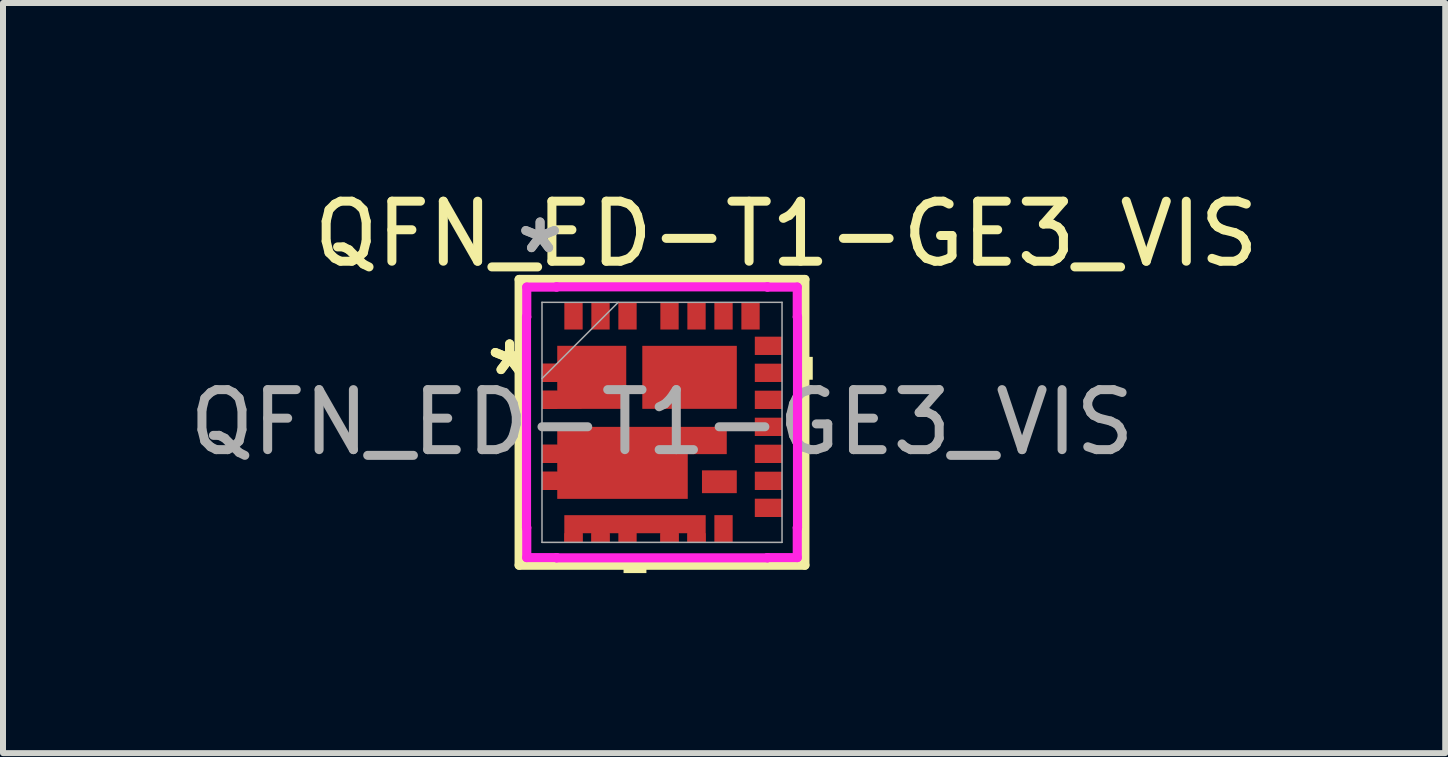
<source format=kicad_pcb>
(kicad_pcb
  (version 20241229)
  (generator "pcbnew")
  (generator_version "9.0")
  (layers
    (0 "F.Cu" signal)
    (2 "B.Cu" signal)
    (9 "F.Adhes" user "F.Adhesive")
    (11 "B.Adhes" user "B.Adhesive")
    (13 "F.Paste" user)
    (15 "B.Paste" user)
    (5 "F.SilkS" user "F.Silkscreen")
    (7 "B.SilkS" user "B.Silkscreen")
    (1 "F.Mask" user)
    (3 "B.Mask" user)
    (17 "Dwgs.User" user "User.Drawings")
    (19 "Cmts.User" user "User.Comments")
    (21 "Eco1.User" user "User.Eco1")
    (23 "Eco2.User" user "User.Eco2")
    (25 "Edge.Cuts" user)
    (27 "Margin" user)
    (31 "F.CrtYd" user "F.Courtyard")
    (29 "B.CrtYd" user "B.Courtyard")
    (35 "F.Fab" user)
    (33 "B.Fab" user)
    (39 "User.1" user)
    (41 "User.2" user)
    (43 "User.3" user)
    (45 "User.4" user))
  (footprint "QFN_ED-T1-GE3_VIS"
    (layer "F.Cu")
    (at 7.982 3.988)
    (property "Reference" "QFN_ED-T1-GE3_VIS" (at 2.07 -3.14 0) (unlocked yes) (layer "F.SilkS") (effects (font (size 1 1) (thickness 0.15))))
    (attr smd)
    (fp_poly (pts (xy -1.628 1.546) (xy 0.728 1.546) (xy 0.728 2) (xy 0.423 2) (xy 0.423 1.848) (xy 0.277 1.848) (xy 0.277 2) (xy -0.027 2) (xy -0.027 1.848) (xy -0.423 1.848) (xy -0.423 2) (xy -0.727 2) (xy -0.727 1.848) (xy -0.873 1.848) (xy -0.873 2) (xy -1.178 2) (xy -1.178 1.848) (xy -1.323 1.848) (xy -1.323 2) (xy -1.628 2)) (stroke (width 0) (type solid)) (fill yes) (layer "F.Mask"))
    (fp_line (start -2.381 -2.381) (end -2.381 2.381) (stroke (width 0.152) (type solid)) (layer "F.SilkS"))
    (fp_line (start -2.381 2.381) (end 2.381 2.381) (stroke (width 0.152) (type solid)) (layer "F.SilkS"))
    (fp_line (start 2.381 -2.381) (end -2.381 -2.381) (stroke (width 0.152) (type solid)) (layer "F.SilkS"))
    (fp_line (start 2.381 2.381) (end 2.381 -2.381) (stroke (width 0.152) (type solid)) (layer "F.SilkS"))
    (fp_poly (pts (xy -0.641 2.258) (xy -0.641 2.512) (xy -0.26 2.512) (xy -0.26 2.258)) (stroke (width 0) (type solid)) (fill yes) (layer "F.SilkS"))
    (fp_poly (pts (xy 2.512 -1.091) (xy 2.512 -0.71) (xy 2.258 -0.71) (xy 2.258 -1.091)) (stroke (width 0) (type solid)) (fill yes) (layer "F.SilkS"))
    (fp_poly (pts (xy -1.746 0.075) (xy 1.079 0.076) (xy 1.079 0.53) (xy 0.429 0.53) (xy 0.429 1.275) (xy -1.746 1.275) (xy -1.746 1.127) (xy -2 1.127) (xy -2 0.823) (xy -1.746 0.823) (xy -1.746 0.677) (xy -2 0.677) (xy -2 0.373) (xy -1.746 0.373)) (stroke (width 0) (type solid)) (fill yes) (layer "F.Paste"))
    (fp_poly (pts (xy -0.727 2) (xy -0.727 1.848) (xy -0.873 1.848) (xy -0.873 2) (xy -1.178 2) (xy -1.178 1.848) (xy -1.323 1.848) (xy -1.323 2) (xy -1.628 2) (xy -1.628 1.546) (xy 0.728 1.546) (xy 0.728 2) (xy 0.423 2) (xy 0.423 1.848) (xy 0.277 1.848) (xy 0.277 2) (xy -0.027 2) (xy -0.027 1.848) (xy -0.423 1.848) (xy -0.423 2)) (stroke (width 0) (type solid)) (fill yes) (layer "F.Paste"))
    (fp_line (start -2.258 -1.756) (end -2.254 -1.756) (stroke (width 0.152) (type solid)) (layer "F.CrtYd"))
    (fp_line (start -2.258 1.756) (end -2.258 -1.756) (stroke (width 0.152) (type solid)) (layer "F.CrtYd"))
    (fp_line (start -2.254 -2.254) (end -1.757 -2.254) (stroke (width 0.152) (type solid)) (layer "F.CrtYd"))
    (fp_line (start -2.254 -1.756) (end -2.254 -2.254) (stroke (width 0.152) (type solid)) (layer "F.CrtYd"))
    (fp_line (start -2.254 1.756) (end -2.258 1.756) (stroke (width 0.152) (type solid)) (layer "F.CrtYd"))
    (fp_line (start -2.254 2.254) (end -2.254 1.756) (stroke (width 0.152) (type solid)) (layer "F.CrtYd"))
    (fp_line (start -1.757 -2.258) (end 1.757 -2.258) (stroke (width 0.152) (type solid)) (layer "F.CrtYd"))
    (fp_line (start -1.757 -2.254) (end -1.757 -2.258) (stroke (width 0.152) (type solid)) (layer "F.CrtYd"))
    (fp_line (start -1.757 2.254) (end -2.254 2.254) (stroke (width 0.152) (type solid)) (layer "F.CrtYd"))
    (fp_line (start -1.757 2.258) (end -1.757 2.254) (stroke (width 0.152) (type solid)) (layer "F.CrtYd"))
    (fp_line (start 1.757 -2.258) (end 1.757 -2.254) (stroke (width 0.152) (type solid)) (layer "F.CrtYd"))
    (fp_line (start 1.757 -2.254) (end 2.254 -2.254) (stroke (width 0.152) (type solid)) (layer "F.CrtYd"))
    (fp_line (start 1.757 2.254) (end 1.757 2.258) (stroke (width 0.152) (type solid)) (layer "F.CrtYd"))
    (fp_line (start 1.757 2.258) (end -1.757 2.258) (stroke (width 0.152) (type solid)) (layer "F.CrtYd"))
    (fp_line (start 2.254 -2.254) (end 2.254 -1.756) (stroke (width 0.152) (type solid)) (layer "F.CrtYd"))
    (fp_line (start 2.254 -1.756) (end 2.258 -1.756) (stroke (width 0.152) (type solid)) (layer "F.CrtYd"))
    (fp_line (start 2.254 1.756) (end 2.254 2.254) (stroke (width 0.152) (type solid)) (layer "F.CrtYd"))
    (fp_line (start 2.254 2.254) (end 1.757 2.254) (stroke (width 0.152) (type solid)) (layer "F.CrtYd"))
    (fp_line (start 2.258 -1.756) (end 2.258 1.756) (stroke (width 0.152) (type solid)) (layer "F.CrtYd"))
    (fp_line (start 2.258 1.756) (end 2.254 1.756) (stroke (width 0.152) (type solid)) (layer "F.CrtYd"))
    (fp_line (start -2 -2) (end -2 2) (stroke (width 0.025) (type solid)) (layer "F.Fab"))
    (fp_line (start -2 -0.73) (end -0.73 -2) (stroke (width 0.025) (type solid)) (layer "F.Fab"))
    (fp_line (start -2 2) (end 2 2) (stroke (width 0.025) (type solid)) (layer "F.Fab"))
    (fp_line (start 2 -2) (end -2 -2) (stroke (width 0.025) (type solid)) (layer "F.Fab"))
    (fp_line (start 2 2) (end 2 -2) (stroke (width 0.025) (type solid)) (layer "F.Fab"))
    (fp_text user "*" (at -2.54 -0.762 0) (unlocked yes) (layer "F.SilkS") (effects (font (size 1 1) (thickness 0.15))))
    (fp_text user "*" (at -2.54 -0.762 0) (layer "F.SilkS") (effects (font (size 1 1) (thickness 0.15))))
    (fp_text user "*" (at -2.032 -2.794 0) (unlocked yes) (layer "F.Fab") (effects (font (size 1 1) (thickness 0.15))))
    (fp_text user "${REFERENCE}" (at 0 0 0) (unlocked yes) (layer "F.Fab") (effects (font (size 1 1) (thickness 0.15))))
    (fp_text user "*" (at -2.032 -2.794 0) (layer "F.Fab") (effects (font (size 1 1) (thickness 0.15))))
    (pad "1" smd rect (at -1.873 -0.825 90) (size 0.305 0.254) (layers "F.Cu" "F.Mask" "F.Paste"))
    (pad "2" smd rect (at -1.873 -0.375 90) (size 0.305 0.254) (layers "F.Cu" "F.Mask" "F.Paste"))
    (pad "3" smd rect (at -1.873 0.525 90) (size 0.305 0.254) (layers "F.Cu" "F.Mask" "F.Paste"))
    (pad "4" smd rect (at -1.873 0.975 90) (size 0.305 0.254) (layers "F.Cu" "F.Mask" "F.Paste"))
    (pad "5" smd rect (at -1.475 1.924) (size 0.305 0.152) (layers "F.Cu" "F.Mask" "F.Paste"))
    (pad "6" smd rect (at -1.025 1.924) (size 0.305 0.152) (layers "F.Cu" "F.Mask" "F.Paste"))
    (pad "7" smd custom (at -0.575 1.924) (size 0.305 0.152) (layers "F.Cu" "F.Mask" "F.Paste") (options (anchor rect)) (primitives (gr_poly (pts (xy -1.053 0.076) (xy -1.053 -0.377) (xy 1.303 -0.377) (xy 1.303 0.076) (xy 0.998 0.076) (xy 0.998 -0.076) (xy 0.853 -0.076) (xy 0.853 0.076) (xy 0.548 0.076) (xy 0.548 -0.076) (xy 0.152 -0.076) (xy 0.152 0.076) (xy -0.152 0.076) (xy -0.152 -0.076) (xy -0.298 -0.076) (xy -0.298 0.076) (xy -0.602 0.076) (xy -0.602 -0.076) (xy -0.748 -0.076) (xy -0.748 0.076)) (width 0) (fill yes))))
    (pad "8" smd rect (at 0.125 1.924) (size 0.305 0.152) (layers "F.Cu" "F.Mask" "F.Paste"))
    (pad "9" smd rect (at 0.575 1.924) (size 0.305 0.152) (layers "F.Cu" "F.Mask" "F.Paste"))
    (pad "10" smd rect (at 1.025 1.775) (size 0.305 0.457) (layers "F.Cu" "F.Mask" "F.Paste"))
    (pad "11" smd rect (at 1.775 1.425 90) (size 0.305 0.457) (layers "F.Cu" "F.Mask" "F.Paste"))
    (pad "12" smd rect (at 1.775 0.975 90) (size 0.305 0.457) (layers "F.Cu" "F.Mask" "F.Paste"))
    (pad "13" smd rect (at 1.775 0.525 90) (size 0.305 0.457) (layers "F.Cu" "F.Mask" "F.Paste"))
    (pad "14" smd rect (at 1.775 0.075 90) (size 0.305 0.457) (layers "F.Cu" "F.Mask" "F.Paste"))
    (pad "15" smd rect (at 1.775 -0.375 90) (size 0.305 0.457) (layers "F.Cu" "F.Mask" "F.Paste"))
    (pad "16" smd rect (at 1.775 -0.825 90) (size 0.305 0.457) (layers "F.Cu" "F.Mask" "F.Paste"))
    (pad "17" smd rect (at 1.775 -1.275 90) (size 0.305 0.457) (layers "F.Cu" "F.Mask" "F.Paste"))
    (pad "18" smd rect (at 1.475 -1.775) (size 0.305 0.457) (layers "F.Cu" "F.Mask" "F.Paste"))
    (pad "19" smd rect (at 1.025 -1.775) (size 0.305 0.457) (layers "F.Cu" "F.Mask" "F.Paste"))
    (pad "20" smd rect (at 0.575 -1.775) (size 0.305 0.457) (layers "F.Cu" "F.Mask" "F.Paste"))
    (pad "21" smd rect (at 0.125 -1.775) (size 0.305 0.457) (layers "F.Cu" "F.Mask" "F.Paste"))
    (pad "22" smd rect (at -0.575 -1.775) (size 0.305 0.457) (layers "F.Cu" "F.Mask" "F.Paste"))
    (pad "23" smd rect (at -1.025 -1.775) (size 0.305 0.457) (layers "F.Cu" "F.Mask" "F.Paste"))
    (pad "24" smd rect (at -1.475 -1.775) (size 0.305 0.457) (layers "F.Cu" "F.Mask" "F.Paste"))
    (pad "25" smd rect (at 0.459 -0.75) (size 1.575 1.05) (layers "F.Cu" "F.Mask" "F.Paste"))
    (pad "26" smd custom (at -1.143 -0.762) (size 0.127 0.127) (layers "F.Cu" "F.Mask" "F.Paste") (options (anchor circle)) (primitives (gr_poly (pts (xy -0.857 -0.215) (xy -0.603 -0.215) (xy -0.603 -0.513) (xy 0.547 -0.513) (xy 0.547 0.537) (xy -0.857 0.539) (xy -0.857 0.235) (xy -0.603 0.235) (xy -0.603 0.089) (xy -0.857 0.089)) (width 0) (fill yes))))
    (pad "27" smd custom (at -0.635 0.635) (size 0.127 0.127) (layers "F.Cu" "F.Mask" "F.Paste") (options (anchor circle)) (primitives (gr_poly (pts (xy -1.111 0.64) (xy -1.111 0.492) (xy -1.365 0.492) (xy -1.365 0.188) (xy -1.111 0.188) (xy -1.111 0.042) (xy -1.365 0.042) (xy -1.365 -0.262) (xy -1.111 -0.262) (xy -1.111 -0.56) (xy 1.714 -0.559) (xy 1.714 -0.105) (xy 1.064 -0.105) (xy 1.064 0.64)) (width 0) (fill yes))))
    (pad "28" smd rect (at 0.956 0.99) (size 0.58 0.38) (layers "F.Cu" "F.Mask" "F.Paste")))
  (gr_rect
    (start -3 -3)
    (end 21.034 9.5)
    (stroke (width 0.1) (type default))
    (fill no)
    (layer "Edge.Cuts")))
</source>
